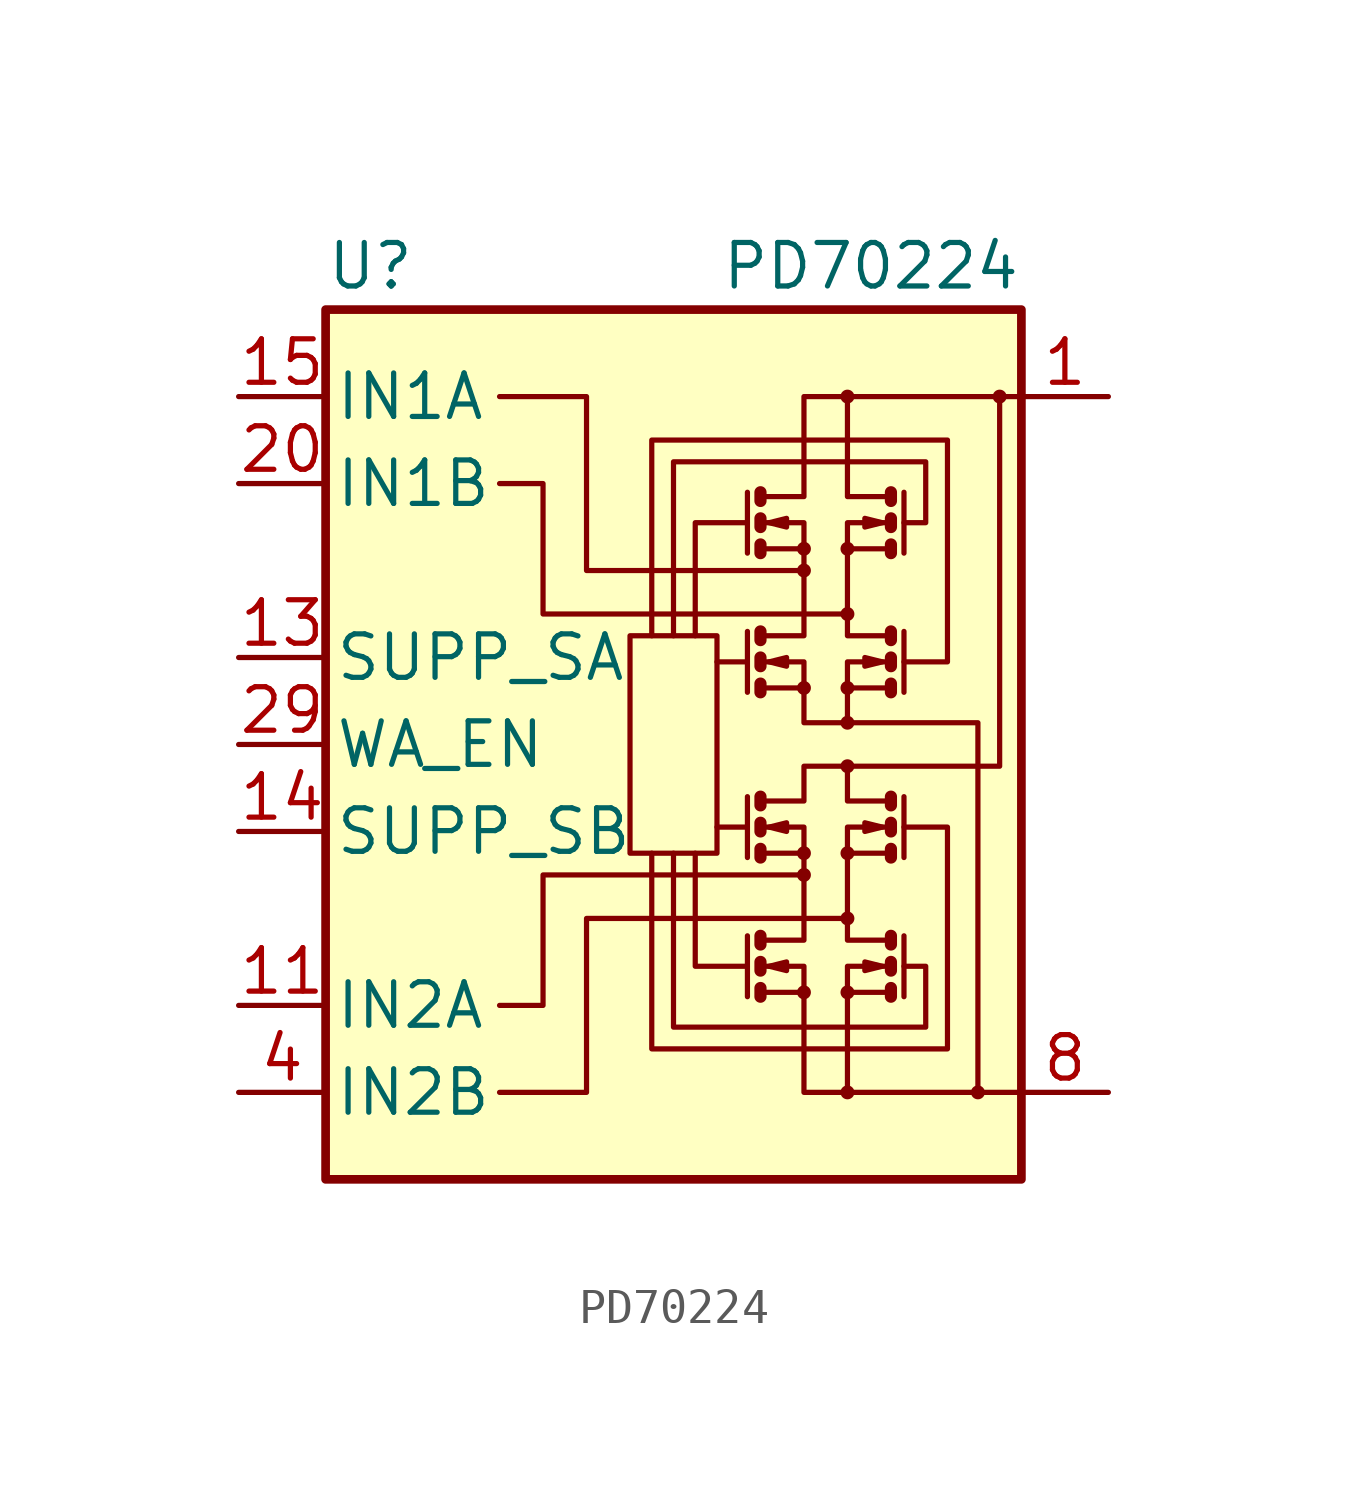
<source format=kicad_sym>
(kicad_symbol_lib
  (version 20201005)
  (generator kicad_symbol_editor)
  (symbol "PD70224"
    (pin_names
      (offset 0.254))
    (property "Reference" "U"
      (at -10.16 13.97 0)
      (effects (font (size 1.27 1.27)) (justify left)))
    (property "Value" "PD70224"
      (at 10.16 13.97 0)
      (effects (font (size 1.27 1.27)) (justify right)))
    (symbol "PD70224_0_1"
      (circle (center 3.81 -7.239) (radius 0.127) (stroke (width 0)) (fill (type none)))
      (circle (center 3.81 -3.81) (radius 0.127) (stroke (width 0)) (fill (type none)))
      (circle (center 3.81 -3.175) (radius 0.127) (stroke (width 0)) (fill (type none)))
      (circle (center 3.81 1.651) (radius 0.127) (stroke (width 0)) (fill (type none)))
      (circle (center 3.81 5.08) (radius 0.127) (stroke (width 0)) (fill (type none)))
      (circle (center 3.81 5.715) (radius 0.127) (stroke (width 0)) (fill (type none)))
      (circle (center 5.08 -10.16) (radius 0.127) (stroke (width 0)) (fill (type none)))
      (circle (center 5.08 -7.239) (radius 0.127) (stroke (width 0)) (fill (type none)))
      (circle (center 5.08 -5.08) (radius 0.127) (stroke (width 0)) (fill (type none)))
      (circle (center 5.08 -3.175) (radius 0.127) (stroke (width 0)) (fill (type none)))
      (circle (center 5.08 -0.635) (radius 0.127) (stroke (width 0)) (fill (type none)))
      (circle (center 5.08 0.635) (radius 0.127) (stroke (width 0)) (fill (type none)))
      (circle (center 5.08 1.651) (radius 0.127) (stroke (width 0)) (fill (type none)))
      (circle (center 5.08 3.81) (radius 0.127) (stroke (width 0)) (fill (type none)))
      (circle (center 5.08 5.715) (radius 0.127) (stroke (width 0)) (fill (type none)))
      (circle (center 5.08 10.16) (radius 0.127) (stroke (width 0)) (fill (type none)))
      (circle (center 8.89 -10.16) (radius 0.127) (stroke (width 0)) (fill (type none)))
      (circle (center 9.525 10.16) (radius 0.127) (stroke (width 0)) (fill (type none)))
      (rectangle (start -10.16 12.7) (end 10.16 -12.7) (stroke (width 0.254)) (fill (type background)))
      (rectangle (start -1.27 3.175) (end 1.27 -3.175) (stroke (width 0)) (fill (type none)))
      (polyline (pts (xy 2.159 -5.588) (xy 2.159 -7.366)) (stroke (width 0)) (fill (type none)))
      (polyline (pts (xy 2.159 -2.413) (xy 1.27 -2.413)) (stroke (width 0)) (fill (type none)))
      (polyline (pts (xy 2.159 -1.524) (xy 2.159 -3.302)) (stroke (width 0)) (fill (type none)))
      (polyline (pts (xy 2.159 2.413) (xy 1.27 2.413)) (stroke (width 0)) (fill (type none)))
      (polyline (pts (xy 2.159 3.302) (xy 2.159 1.524)) (stroke (width 0)) (fill (type none)))
      (polyline (pts (xy 2.159 7.366) (xy 2.159 5.588)) (stroke (width 0)) (fill (type none)))
      (polyline (pts (xy 2.54 -7.239) (xy 3.81 -7.239)) (stroke (width 0)) (fill (type none)))
      (polyline (pts (xy 2.54 -3.175) (xy 3.81 -3.175)) (stroke (width 0)) (fill (type none)))
      (polyline (pts (xy 2.54 1.651) (xy 3.81 1.651)) (stroke (width 0)) (fill (type none)))
      (polyline (pts (xy 2.54 5.715) (xy 3.81 5.715)) (stroke (width 0)) (fill (type none)))
      (polyline (pts (xy 6.35 -7.239) (xy 5.08 -7.239)) (stroke (width 0)) (fill (type none)))
      (polyline (pts (xy 6.35 -3.175) (xy 5.08 -3.175)) (stroke (width 0)) (fill (type none)))
      (polyline (pts (xy 6.35 1.651) (xy 5.08 1.651)) (stroke (width 0)) (fill (type none)))
      (polyline (pts (xy 6.35 5.715) (xy 5.08 5.715)) (stroke (width 0)) (fill (type none)))
      (polyline (pts (xy 6.731 -5.588) (xy 6.731 -7.366)) (stroke (width 0)) (fill (type none)))
      (polyline (pts (xy 6.731 -1.524) (xy 6.731 -3.302)) (stroke (width 0)) (fill (type none)))
      (polyline (pts (xy 6.731 3.302) (xy 6.731 1.524)) (stroke (width 0)) (fill (type none)))
      (polyline (pts (xy 6.731 7.366) (xy 6.731 5.588)) (stroke (width 0)) (fill (type none)))
      (polyline (pts (xy 2.159 -6.477) (xy 0.635 -6.477) (xy 0.635 -3.175)) (stroke (width 0)) (fill (type none)))
      (polyline (pts (xy 2.159 6.477) (xy 0.635 6.477) (xy 0.635 3.175)) (stroke (width 0)) (fill (type none)))
      (polyline (pts (xy 2.54 -7.112) (xy 2.54 -7.366) (xy 2.54 -7.366)) (stroke (width 0.356)) (fill (type none)))
      (polyline (pts (xy 2.54 -6.35) (xy 2.54 -6.604) (xy 2.54 -6.604)) (stroke (width 0.356)) (fill (type none)))
      (polyline (pts (xy 2.54 -3.048) (xy 2.54 -3.302) (xy 2.54 -3.302)) (stroke (width 0.356)) (fill (type none)))
      (polyline (pts (xy 2.54 -2.286) (xy 2.54 -2.54) (xy 2.54 -2.54)) (stroke (width 0.356)) (fill (type none)))
      (polyline (pts (xy 2.54 -1.524) (xy 2.54 -1.778) (xy 2.54 -1.778)) (stroke (width 0.356)) (fill (type none)))
      (polyline (pts (xy 2.54 1.778) (xy 2.54 1.524) (xy 2.54 1.524)) (stroke (width 0.356)) (fill (type none)))
      (polyline (pts (xy 2.54 2.54) (xy 2.54 2.286) (xy 2.54 2.286)) (stroke (width 0.356)) (fill (type none)))
      (polyline (pts (xy 2.54 5.842) (xy 2.54 5.588) (xy 2.54 5.588)) (stroke (width 0.356)) (fill (type none)))
      (polyline (pts (xy 2.54 6.604) (xy 2.54 6.35) (xy 2.54 6.35)) (stroke (width 0.356)) (fill (type none)))
      (polyline (pts (xy 2.54 7.366) (xy 2.54 7.112) (xy 2.54 7.112)) (stroke (width 0.356)) (fill (type none)))
      (polyline (pts (xy 5.08 -10.16) (xy 5.08 -6.477) (xy 6.35 -6.477)) (stroke (width 0)) (fill (type none)))
      (polyline (pts (xy 6.35 -7.112) (xy 6.35 -7.366) (xy 6.35 -7.366)) (stroke (width 0.356)) (fill (type none)))
      (polyline (pts (xy 6.35 -6.35) (xy 6.35 -6.604) (xy 6.35 -6.604)) (stroke (width 0.356)) (fill (type none)))
      (polyline (pts (xy 6.35 -3.048) (xy 6.35 -3.302) (xy 6.35 -3.302)) (stroke (width 0.356)) (fill (type none)))
      (polyline (pts (xy 6.35 -2.286) (xy 6.35 -2.54) (xy 6.35 -2.54)) (stroke (width 0.356)) (fill (type none)))
      (polyline (pts (xy 6.35 -1.651) (xy 5.08 -1.651) (xy 5.08 -0.635)) (stroke (width 0)) (fill (type none)))
      (polyline (pts (xy 6.35 -1.524) (xy 6.35 -1.778) (xy 6.35 -1.778)) (stroke (width 0.356)) (fill (type none)))
      (polyline (pts (xy 6.35 1.778) (xy 6.35 1.524) (xy 6.35 1.524)) (stroke (width 0.356)) (fill (type none)))
      (polyline (pts (xy 6.35 2.413) (xy 5.08 2.413) (xy 5.08 0.635)) (stroke (width 0)) (fill (type none)))
      (polyline (pts (xy 6.35 2.54) (xy 6.35 2.286) (xy 6.35 2.286)) (stroke (width 0.356)) (fill (type none)))
      (polyline (pts (xy 6.35 5.842) (xy 6.35 5.588) (xy 6.35 5.588)) (stroke (width 0.356)) (fill (type none)))
      (polyline (pts (xy 6.35 6.604) (xy 6.35 6.35) (xy 6.35 6.35)) (stroke (width 0.356)) (fill (type none)))
      (polyline (pts (xy 6.35 7.239) (xy 5.08 7.239) (xy 5.08 10.16)) (stroke (width 0)) (fill (type none)))
      (polyline (pts (xy 6.35 7.366) (xy 6.35 7.112) (xy 6.35 7.112)) (stroke (width 0.356)) (fill (type none)))
      (polyline (pts (xy -5.08 -10.16) (xy -2.54 -10.16) (xy -2.54 -5.08) (xy 5.08 -5.08)) (stroke (width 0)) (fill (type none)))
      (polyline (pts (xy 2.54 -6.477) (xy 3.81 -6.477) (xy 3.81 -10.16) (xy 10.16 -10.16)) (stroke (width 0)) (fill (type none)))
      (polyline (pts (xy 2.54 -2.413) (xy 3.81 -2.413) (xy 3.81 -5.715) (xy 2.54 -5.715)) (stroke (width 0)) (fill (type none)))
      (polyline (pts (xy 2.54 6.477) (xy 3.81 6.477) (xy 3.81 3.175) (xy 2.54 3.175)) (stroke (width 0)) (fill (type none)))
      (polyline (pts (xy 2.54 7.239) (xy 3.81 7.239) (xy 3.81 10.16) (xy 10.16 10.16)) (stroke (width 0)) (fill (type none)))
      (polyline (pts (xy 2.794 -6.477) (xy 3.302 -6.35) (xy 3.302 -6.604) (xy 2.794 -6.477)) (stroke (width 0)) (fill (type none)))
      (polyline (pts (xy 2.794 -2.413) (xy 3.302 -2.286) (xy 3.302 -2.54) (xy 2.794 -2.413)) (stroke (width 0)) (fill (type none)))
      (polyline (pts (xy 2.794 2.413) (xy 3.302 2.54) (xy 3.302 2.286) (xy 2.794 2.413)) (stroke (width 0)) (fill (type none)))
      (polyline (pts (xy 2.794 6.477) (xy 3.302 6.604) (xy 3.302 6.35) (xy 2.794 6.477)) (stroke (width 0)) (fill (type none)))
      (polyline (pts (xy 3.81 -3.81) (xy -3.81 -3.81) (xy -3.81 -7.62) (xy -5.08 -7.62)) (stroke (width 0)) (fill (type none)))
      (polyline (pts (xy 3.81 5.08) (xy -2.54 5.08) (xy -2.54 10.16) (xy -5.08 10.16)) (stroke (width 0)) (fill (type none)))
      (polyline (pts (xy 5.08 3.81) (xy -3.81 3.81) (xy -3.81 7.62) (xy -5.08 7.62)) (stroke (width 0)) (fill (type none)))
      (polyline (pts (xy 6.096 -6.477) (xy 5.588 -6.35) (xy 5.588 -6.604) (xy 6.096 -6.477)) (stroke (width 0)) (fill (type none)))
      (polyline (pts (xy 6.096 -2.413) (xy 5.588 -2.286) (xy 5.588 -2.54) (xy 6.096 -2.413)) (stroke (width 0)) (fill (type none)))
      (polyline (pts (xy 6.096 2.413) (xy 5.588 2.54) (xy 5.588 2.286) (xy 6.096 2.413)) (stroke (width 0)) (fill (type none)))
      (polyline (pts (xy 6.096 6.477) (xy 5.588 6.604) (xy 5.588 6.35) (xy 6.096 6.477)) (stroke (width 0)) (fill (type none)))
      (polyline (pts (xy 6.35 -2.413) (xy 5.08 -2.413) (xy 5.08 -5.715) (xy 6.35 -5.715)) (stroke (width 0)) (fill (type none)))
      (polyline (pts (xy 6.35 6.477) (xy 5.08 6.477) (xy 5.08 3.175) (xy 6.35 3.175)) (stroke (width 0)) (fill (type none)))
      (polyline (pts (xy -0.635 3.175) (xy -0.635 8.89) (xy 8.001 8.89) (xy 8.001 2.413) (xy 6.731 2.413)) (stroke (width 0)) (fill (type none)))
      (polyline (pts (xy 0 -3.175) (xy 0 -8.255) (xy 7.366 -8.255) (xy 7.366 -6.477) (xy 6.731 -6.477)) (stroke (width 0)) (fill (type none)))
      (polyline (pts (xy 2.54 -1.651) (xy 3.81 -1.651) (xy 3.81 -0.635) (xy 9.525 -0.635) (xy 9.525 10.16)) (stroke (width 0)) (fill (type none)))
      (polyline (pts (xy 2.54 2.413) (xy 3.81 2.413) (xy 3.81 0.635) (xy 8.89 0.635) (xy 8.89 -10.16)) (stroke (width 0)) (fill (type none)))
      (polyline (pts (xy 6.731 -2.413) (xy 8.001 -2.413) (xy 8.001 -8.89) (xy -0.635 -8.89) (xy -0.635 -3.175)) (stroke (width 0)) (fill (type none)))
      (polyline (pts (xy 6.731 6.477) (xy 7.366 6.477) (xy 7.366 8.255) (xy 0 8.255) (xy 0 3.175)) (stroke (width 0)) (fill (type none))))
    (symbol "PD70224_1_1"
      (polyline (pts (xy 2.54 -5.588) (xy 2.54 -5.842)) (stroke (width 0.356)) (fill (type none)))
      (polyline (pts (xy 2.54 3.302) (xy 2.54 3.048)) (stroke (width 0.356)) (fill (type none)))
      (polyline (pts (xy 6.35 -5.588) (xy 6.35 -5.842)) (stroke (width 0.356)) (fill (type none)))
      (polyline (pts (xy 6.35 3.302) (xy 6.35 3.048)) (stroke (width 0.356)) (fill (type none)))
      (pin power_in line (at 12.7 10.16 180) (length 2.54) (name "~" (effects (font (size 1.27 1.27)))) (number "1" (effects (font (size 1.27 1.27)))))
      (pin passive line (at 12.7 -10.16 180) (length 2.54) hide (name "~" (effects (font (size 1.27 1.27)))) (number "10" (effects (font (size 1.27 1.27)))))
      (pin passive line (at -12.7 -7.62 0) (length 2.54) (name "IN2A" (effects (font (size 1.27 1.27)))) (number "11" (effects (font (size 1.27 1.27)))))
      (pin passive line (at -12.7 -7.62 0) (length 2.54) hide (name "IN2A" (effects (font (size 1.27 1.27)))) (number "12" (effects (font (size 1.27 1.27)))))
      (pin input line (at -12.7 2.54 0) (length 2.54) (name "SUPP_SA" (effects (font (size 1.27 1.27)))) (number "13" (effects (font (size 1.27 1.27)))))
      (pin input line (at -12.7 -2.54 0) (length 2.54) (name "SUPP_SB" (effects (font (size 1.27 1.27)))) (number "14" (effects (font (size 1.27 1.27)))))
      (pin passive line (at -12.7 10.16 0) (length 2.54) (name "IN1A" (effects (font (size 1.27 1.27)))) (number "15" (effects (font (size 1.27 1.27)))))
      (pin passive line (at -12.7 10.16 0) (length 2.54) hide (name "IN1A" (effects (font (size 1.27 1.27)))) (number "16" (effects (font (size 1.27 1.27)))))
      (pin passive line (at 12.7 -10.16 180) (length 2.54) hide (name "~" (effects (font (size 1.27 1.27)))) (number "17" (effects (font (size 1.27 1.27)))))
      (pin passive line (at 12.7 -10.16 180) (length 2.54) hide (name "~" (effects (font (size 1.27 1.27)))) (number "18" (effects (font (size 1.27 1.27)))))
      (pin passive line (at 12.7 -10.16 180) (length 2.54) hide (name "~" (effects (font (size 1.27 1.27)))) (number "19" (effects (font (size 1.27 1.27)))))
      (pin passive line (at 12.7 10.16 180) (length 2.54) hide (name "~" (effects (font (size 1.27 1.27)))) (number "2" (effects (font (size 1.27 1.27)))))
      (pin passive line (at -12.7 7.62 0) (length 2.54) (name "IN1B" (effects (font (size 1.27 1.27)))) (number "20" (effects (font (size 1.27 1.27)))))
      (pin passive line (at -12.7 7.62 0) (length 2.54) hide (name "IN1B" (effects (font (size 1.27 1.27)))) (number "21" (effects (font (size 1.27 1.27)))))
      (pin passive line (at -12.7 7.62 0) (length 2.54) hide (name "IN1B" (effects (font (size 1.27 1.27)))) (number "22" (effects (font (size 1.27 1.27)))))
      (pin passive line (at -12.7 7.62 0) (length 2.54) hide (name "IN1B" (effects (font (size 1.27 1.27)))) (number "23" (effects (font (size 1.27 1.27)))))
      (pin passive line (at 12.7 10.16 180) (length 2.54) hide (name "~" (effects (font (size 1.27 1.27)))) (number "24" (effects (font (size 1.27 1.27)))))
      (pin passive line (at 12.7 10.16 180) (length 2.54) hide (name "~" (effects (font (size 1.27 1.27)))) (number "25" (effects (font (size 1.27 1.27)))))
      (pin passive line (at 12.7 10.16 180) (length 2.54) hide (name "~" (effects (font (size 1.27 1.27)))) (number "26" (effects (font (size 1.27 1.27)))))
      (pin passive line (at -12.7 10.16 0) (length 2.54) hide (name "IN1A" (effects (font (size 1.27 1.27)))) (number "27" (effects (font (size 1.27 1.27)))))
      (pin passive line (at -12.7 10.16 0) (length 2.54) hide (name "IN1A" (effects (font (size 1.27 1.27)))) (number "28" (effects (font (size 1.27 1.27)))))
      (pin input line (at -12.7 0 0) (length 2.54) (name "WA_EN" (effects (font (size 1.27 1.27)))) (number "29" (effects (font (size 1.27 1.27)))))
      (pin passive line (at 12.7 10.16 180) (length 2.54) hide (name "~" (effects (font (size 1.27 1.27)))) (number "3" (effects (font (size 1.27 1.27)))))
      (pin no_connect line (at -10.16 5.08 0) (length 2.54) hide (name "NC" (effects (font (size 1.27 1.27)))) (number "30" (effects (font (size 1.27 1.27)))))
      (pin passive line (at -12.7 -7.62 0) (length 2.54) hide (name "IN2A" (effects (font (size 1.27 1.27)))) (number "31" (effects (font (size 1.27 1.27)))))
      (pin passive line (at -12.7 -7.62 0) (length 2.54) hide (name "IN2A" (effects (font (size 1.27 1.27)))) (number "32" (effects (font (size 1.27 1.27)))))
      (pin passive line (at 12.7 10.16 180) (length 2.54) hide (name "~" (effects (font (size 1.27 1.27)))) (number "33" (effects (font (size 1.27 1.27)))))
      (pin passive line (at 12.7 -10.16 180) (length 2.54) hide (name "~" (effects (font (size 1.27 1.27)))) (number "34" (effects (font (size 1.27 1.27)))))
      (pin passive line (at -12.7 -10.16 0) (length 2.54) (name "IN2B" (effects (font (size 1.27 1.27)))) (number "4" (effects (font (size 1.27 1.27)))))
      (pin passive line (at -12.7 -10.16 0) (length 2.54) hide (name "IN2B" (effects (font (size 1.27 1.27)))) (number "5" (effects (font (size 1.27 1.27)))))
      (pin passive line (at -12.7 -10.16 0) (length 2.54) hide (name "IN2B" (effects (font (size 1.27 1.27)))) (number "6" (effects (font (size 1.27 1.27)))))
      (pin passive line (at -12.7 -10.16 0) (length 2.54) hide (name "IN2B" (effects (font (size 1.27 1.27)))) (number "7" (effects (font (size 1.27 1.27)))))
      (pin power_in line (at 12.7 -10.16 180) (length 2.54) (name "~" (effects (font (size 1.27 1.27)))) (number "8" (effects (font (size 1.27 1.27)))))
      (pin passive line (at 12.7 -10.16 180) (length 2.54) hide (name "~" (effects (font (size 1.27 1.27)))) (number "9" (effects (font (size 1.27 1.27))))))))
</source>
